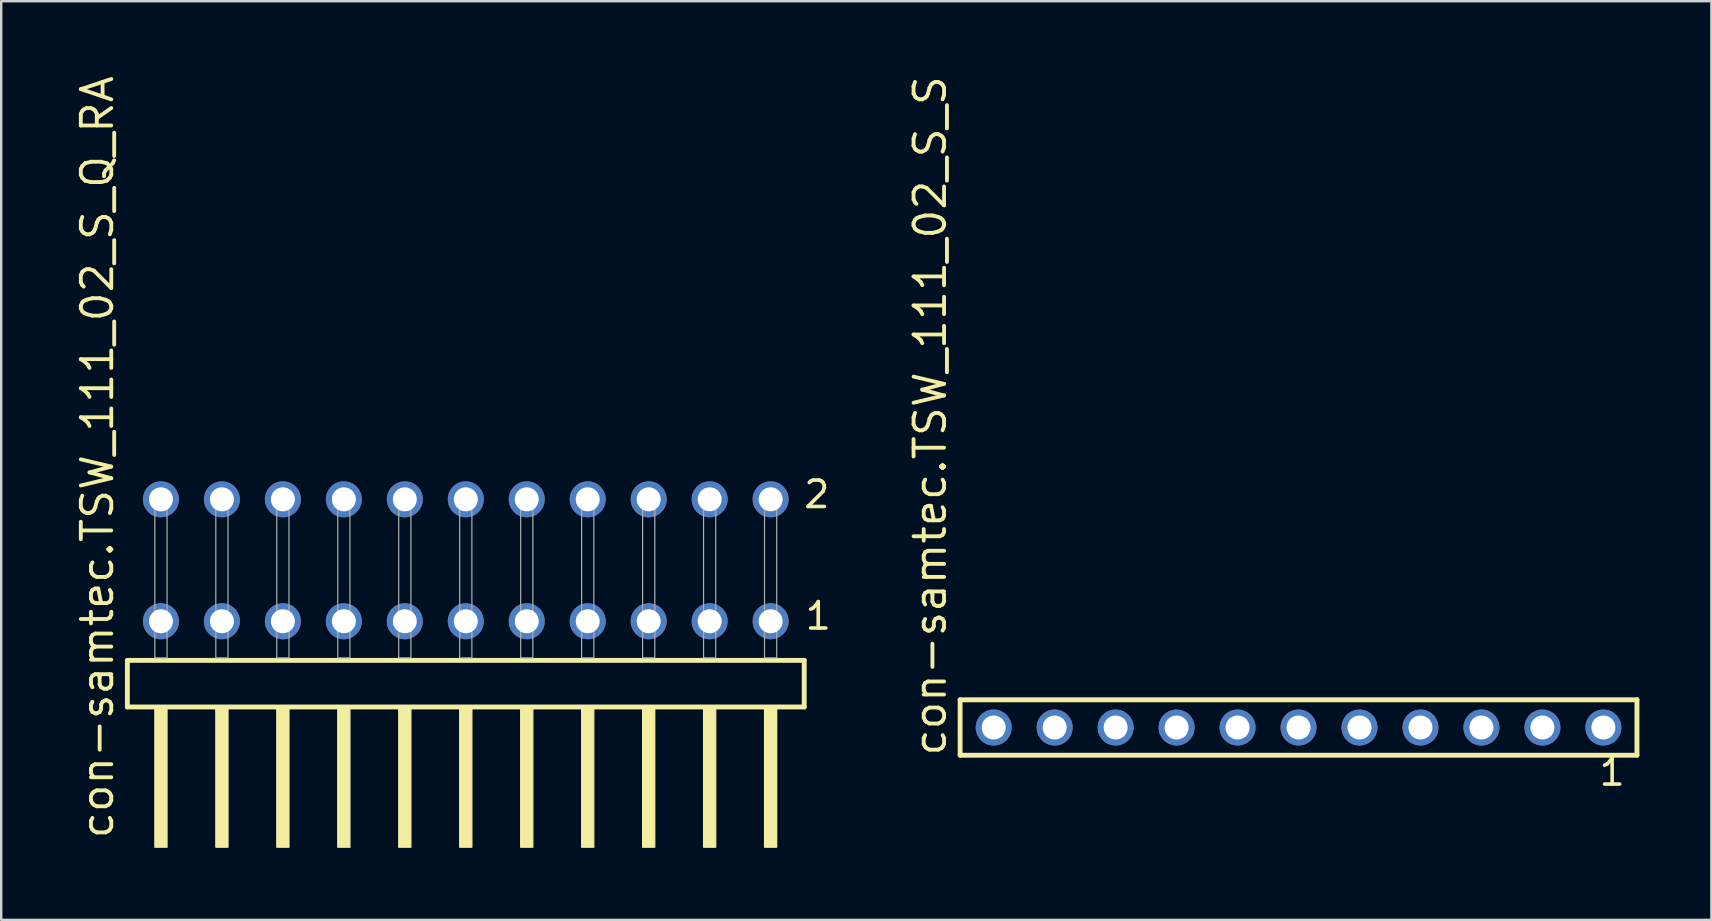
<source format=kicad_pcb>
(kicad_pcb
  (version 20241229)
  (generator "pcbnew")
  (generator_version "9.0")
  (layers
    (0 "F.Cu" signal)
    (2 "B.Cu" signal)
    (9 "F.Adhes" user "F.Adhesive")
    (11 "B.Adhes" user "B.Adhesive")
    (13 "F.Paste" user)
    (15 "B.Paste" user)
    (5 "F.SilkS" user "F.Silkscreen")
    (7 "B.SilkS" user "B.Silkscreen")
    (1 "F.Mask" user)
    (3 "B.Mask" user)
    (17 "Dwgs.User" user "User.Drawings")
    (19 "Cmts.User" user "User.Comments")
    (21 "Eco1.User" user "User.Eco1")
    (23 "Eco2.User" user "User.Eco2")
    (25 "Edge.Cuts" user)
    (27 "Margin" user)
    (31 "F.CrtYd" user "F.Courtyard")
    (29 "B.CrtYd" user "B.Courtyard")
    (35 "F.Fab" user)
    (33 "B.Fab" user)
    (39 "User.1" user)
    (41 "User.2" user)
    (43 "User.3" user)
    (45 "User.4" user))
  (footprint "con-samtec.TSW_111_02_S_S"
    (layer "F.Cu")
    (at 51.048 27.259)
    (property "Reference" "con-samtec.TSW_111_02_S_S" (at -14.605 1.27 90) (layer "F.SilkS") (effects (font (size 1.27 1.27) (thickness 0.16)) (justify left bottom)))
    (attr through_hole)
    (fp_line (start -14.099 -1.155) (end 14.099 -1.155) (stroke (width 0.203) (type default)) (layer "F.SilkS"))
    (fp_line (start -14.099 1.155) (end -14.099 -1.155) (stroke (width 0.203) (type default)) (layer "F.SilkS"))
    (fp_line (start 14.099 -1.155) (end 14.099 1.155) (stroke (width 0.203) (type default)) (layer "F.SilkS"))
    (fp_line (start 14.099 1.155) (end -14.099 1.155) (stroke (width 0.203) (type default)) (layer "F.SilkS"))
    (fp_rect (start -13.05 0.35) (end -12.35 -0.35) (stroke (width 0.05) (type default)) (fill no) (layer "F.Fab"))
    (fp_rect (start -10.51 0.35) (end -9.81 -0.35) (stroke (width 0.05) (type default)) (fill no) (layer "F.Fab"))
    (fp_rect (start -7.97 0.35) (end -7.27 -0.35) (stroke (width 0.05) (type default)) (fill no) (layer "F.Fab"))
    (fp_rect (start -5.43 0.35) (end -4.73 -0.35) (stroke (width 0.05) (type default)) (fill no) (layer "F.Fab"))
    (fp_rect (start -2.89 0.35) (end -2.19 -0.35) (stroke (width 0.05) (type default)) (fill no) (layer "F.Fab"))
    (fp_rect (start -0.35 0.35) (end 0.35 -0.35) (stroke (width 0.05) (type default)) (fill no) (layer "F.Fab"))
    (fp_rect (start 2.19 0.35) (end 2.89 -0.35) (stroke (width 0.05) (type default)) (fill no) (layer "F.Fab"))
    (fp_rect (start 4.73 0.35) (end 5.43 -0.35) (stroke (width 0.05) (type default)) (fill no) (layer "F.Fab"))
    (fp_rect (start 7.27 0.35) (end 7.97 -0.35) (stroke (width 0.05) (type default)) (fill no) (layer "F.Fab"))
    (fp_rect (start 9.81 0.35) (end 10.51 -0.35) (stroke (width 0.05) (type default)) (fill no) (layer "F.Fab"))
    (fp_rect (start 12.35 0.35) (end 13.05 -0.35) (stroke (width 0.05) (type default)) (fill no) (layer "F.Fab"))
    (fp_text user "1" (at 12.442 2.498 0) (layer "F.SilkS") (effects (font (size 1.1 1.1) (thickness 0.15)) (justify left bottom)))
    (pad "1" thru_hole circle (at 12.7 0 180) (size 1.5 1.5) (drill 1) (layers "*.Cu" "*.Mask"))
    (pad "2" thru_hole circle (at 10.16 0 180) (size 1.5 1.5) (drill 1) (layers "*.Cu" "*.Mask"))
    (pad "3" thru_hole circle (at 7.62 0 180) (size 1.5 1.5) (drill 1) (layers "*.Cu" "*.Mask"))
    (pad "4" thru_hole circle (at 5.08 0 180) (size 1.5 1.5) (drill 1) (layers "*.Cu" "*.Mask"))
    (pad "5" thru_hole circle (at 2.54 0 180) (size 1.5 1.5) (drill 1) (layers "*.Cu" "*.Mask"))
    (pad "6" thru_hole circle (at 0 0 180) (size 1.5 1.5) (drill 1) (layers "*.Cu" "*.Mask"))
    (pad "7" thru_hole circle (at -2.54 0 180) (size 1.5 1.5) (drill 1) (layers "*.Cu" "*.Mask"))
    (pad "8" thru_hole circle (at -5.08 0 180) (size 1.5 1.5) (drill 1) (layers "*.Cu" "*.Mask"))
    (pad "9" thru_hole circle (at -7.62 0 180) (size 1.5 1.5) (drill 1) (layers "*.Cu" "*.Mask"))
    (pad "10" thru_hole circle (at -10.16 0 180) (size 1.5 1.5) (drill 1) (layers "*.Cu" "*.Mask"))
    (pad "11" thru_hole circle (at -12.7 0 180) (size 1.5 1.5) (drill 1) (layers "*.Cu" "*.Mask")))
  (footprint "con-samtec.TSW_111_02_S_Q_RA"
    (layer "F.Cu")
    (at 16.355 24.356)
    (property "Reference" "con-samtec.TSW_111_02_S_Q_RA" (at -14.605 7.62 90) (layer "F.SilkS") (effects (font (size 1.27 1.27) (thickness 0.16)) (justify left bottom)))
    (attr through_hole)
    (fp_line (start -14.099 0.106) (end -14.099 2.046) (stroke (width 0.203) (type default)) (layer "F.SilkS"))
    (fp_line (start -14.099 2.046) (end 14.099 2.046) (stroke (width 0.203) (type default)) (layer "F.SilkS"))
    (fp_line (start 14.099 0.106) (end -14.099 0.106) (stroke (width 0.203) (type default)) (layer "F.SilkS"))
    (fp_line (start 14.099 2.046) (end 14.099 0.106) (stroke (width 0.203) (type default)) (layer "F.SilkS"))
    (fp_rect (start -12.954 7.89) (end -12.446 2.04) (stroke (width 0.05) (type default)) (fill yes) (layer "F.SilkS"))
    (fp_rect (start -10.414 7.89) (end -9.906 2.04) (stroke (width 0.05) (type default)) (fill yes) (layer "F.SilkS"))
    (fp_rect (start -7.874 7.89) (end -7.366 2.04) (stroke (width 0.05) (type default)) (fill yes) (layer "F.SilkS"))
    (fp_rect (start -5.334 7.89) (end -4.826 2.04) (stroke (width 0.05) (type default)) (fill yes) (layer "F.SilkS"))
    (fp_rect (start -2.794 7.89) (end -2.286 2.04) (stroke (width 0.05) (type default)) (fill yes) (layer "F.SilkS"))
    (fp_rect (start -0.254 7.89) (end 0.254 2.04) (stroke (width 0.05) (type default)) (fill yes) (layer "F.SilkS"))
    (fp_rect (start 2.286 7.89) (end 2.794 2.04) (stroke (width 0.05) (type default)) (fill yes) (layer "F.SilkS"))
    (fp_rect (start 4.826 7.89) (end 5.334 2.04) (stroke (width 0.05) (type default)) (fill yes) (layer "F.SilkS"))
    (fp_rect (start 7.366 7.89) (end 7.874 2.04) (stroke (width 0.05) (type default)) (fill yes) (layer "F.SilkS"))
    (fp_rect (start 9.906 7.89) (end 10.414 2.04) (stroke (width 0.05) (type default)) (fill yes) (layer "F.SilkS"))
    (fp_rect (start 12.446 7.89) (end 12.954 2.04) (stroke (width 0.05) (type default)) (fill yes) (layer "F.SilkS"))
    (fp_rect (start -12.954 0) (end -12.446 -6.858) (stroke (width 0.05) (type default)) (fill no) (layer "F.Fab"))
    (fp_rect (start -10.414 0) (end -9.906 -6.858) (stroke (width 0.05) (type default)) (fill no) (layer "F.Fab"))
    (fp_rect (start -7.874 0) (end -7.366 -6.858) (stroke (width 0.05) (type default)) (fill no) (layer "F.Fab"))
    (fp_rect (start -5.334 0) (end -4.826 -6.858) (stroke (width 0.05) (type default)) (fill no) (layer "F.Fab"))
    (fp_rect (start -2.794 0) (end -2.286 -6.858) (stroke (width 0.05) (type default)) (fill no) (layer "F.Fab"))
    (fp_rect (start -0.254 0) (end 0.254 -6.858) (stroke (width 0.05) (type default)) (fill no) (layer "F.Fab"))
    (fp_rect (start 2.286 0) (end 2.794 -6.858) (stroke (width 0.05) (type default)) (fill no) (layer "F.Fab"))
    (fp_rect (start 4.826 0) (end 5.334 -6.858) (stroke (width 0.05) (type default)) (fill no) (layer "F.Fab"))
    (fp_rect (start 7.366 0) (end 7.874 -6.858) (stroke (width 0.05) (type default)) (fill no) (layer "F.Fab"))
    (fp_rect (start 9.906 0) (end 10.414 -6.858) (stroke (width 0.05) (type default)) (fill no) (layer "F.Fab"))
    (fp_rect (start 12.446 0) (end 12.954 -6.858) (stroke (width 0.05) (type default)) (fill no) (layer "F.Fab"))
    (fp_text user "2" (at 14 -6.165 0) (layer "F.SilkS") (effects (font (size 1.1 1.1) (thickness 0.15)) (justify left bottom)))
    (fp_text user "1" (at 14.06 -1.1 0) (layer "F.SilkS") (effects (font (size 1.1 1.1) (thickness 0.15)) (justify left bottom)))
    (pad "1" thru_hole circle (at 12.7 -1.524 180) (size 1.5 1.5) (drill 1) (layers "*.Cu" "*.Mask"))
    (pad "2" thru_hole circle (at 12.7 -6.604 180) (size 1.5 1.5) (drill 1) (layers "*.Cu" "*.Mask"))
    (pad "3" thru_hole circle (at 10.16 -1.524 180) (size 1.5 1.5) (drill 1) (layers "*.Cu" "*.Mask"))
    (pad "4" thru_hole circle (at 10.16 -6.604 180) (size 1.5 1.5) (drill 1) (layers "*.Cu" "*.Mask"))
    (pad "5" thru_hole circle (at 7.62 -1.524 180) (size 1.5 1.5) (drill 1) (layers "*.Cu" "*.Mask"))
    (pad "6" thru_hole circle (at 7.62 -6.604 180) (size 1.5 1.5) (drill 1) (layers "*.Cu" "*.Mask"))
    (pad "7" thru_hole circle (at 5.08 -1.524 180) (size 1.5 1.5) (drill 1) (layers "*.Cu" "*.Mask"))
    (pad "8" thru_hole circle (at 5.08 -6.604 180) (size 1.5 1.5) (drill 1) (layers "*.Cu" "*.Mask"))
    (pad "9" thru_hole circle (at 2.54 -1.524 180) (size 1.5 1.5) (drill 1) (layers "*.Cu" "*.Mask"))
    (pad "10" thru_hole circle (at 2.54 -6.604 180) (size 1.5 1.5) (drill 1) (layers "*.Cu" "*.Mask"))
    (pad "11" thru_hole circle (at 0 -1.524 180) (size 1.5 1.5) (drill 1) (layers "*.Cu" "*.Mask"))
    (pad "12" thru_hole circle (at 0 -6.604 180) (size 1.5 1.5) (drill 1) (layers "*.Cu" "*.Mask"))
    (pad "13" thru_hole circle (at -2.54 -1.524 180) (size 1.5 1.5) (drill 1) (layers "*.Cu" "*.Mask"))
    (pad "14" thru_hole circle (at -2.54 -6.604 180) (size 1.5 1.5) (drill 1) (layers "*.Cu" "*.Mask"))
    (pad "15" thru_hole circle (at -5.08 -1.524 180) (size 1.5 1.5) (drill 1) (layers "*.Cu" "*.Mask"))
    (pad "16" thru_hole circle (at -5.08 -6.604 180) (size 1.5 1.5) (drill 1) (layers "*.Cu" "*.Mask"))
    (pad "17" thru_hole circle (at -7.62 -1.524 180) (size 1.5 1.5) (drill 1) (layers "*.Cu" "*.Mask"))
    (pad "18" thru_hole circle (at -7.62 -6.604 180) (size 1.5 1.5) (drill 1) (layers "*.Cu" "*.Mask"))
    (pad "19" thru_hole circle (at -10.16 -1.524 180) (size 1.5 1.5) (drill 1) (layers "*.Cu" "*.Mask"))
    (pad "20" thru_hole circle (at -10.16 -6.604 180) (size 1.5 1.5) (drill 1) (layers "*.Cu" "*.Mask"))
    (pad "21" thru_hole circle (at -12.7 -1.524 180) (size 1.5 1.5) (drill 1) (layers "*.Cu" "*.Mask"))
    (pad "22" thru_hole circle (at -12.7 -6.604 180) (size 1.5 1.5) (drill 1) (layers "*.Cu" "*.Mask")))
  (gr_rect
    (start -3 -3)
    (end 68.248 35.271)
    (stroke (width 0.1) (type default))
    (fill no)
    (layer "Edge.Cuts")))
</source>
